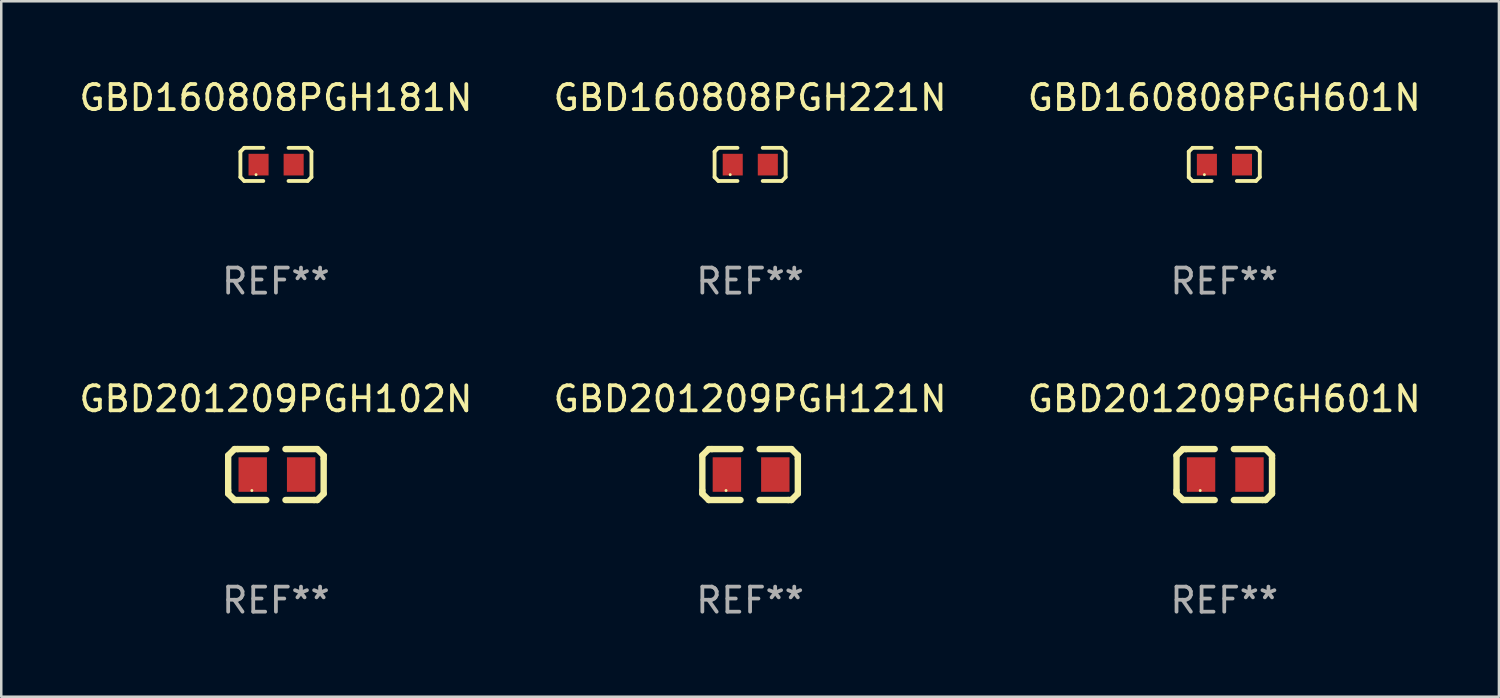
<source format=kicad_pcb>
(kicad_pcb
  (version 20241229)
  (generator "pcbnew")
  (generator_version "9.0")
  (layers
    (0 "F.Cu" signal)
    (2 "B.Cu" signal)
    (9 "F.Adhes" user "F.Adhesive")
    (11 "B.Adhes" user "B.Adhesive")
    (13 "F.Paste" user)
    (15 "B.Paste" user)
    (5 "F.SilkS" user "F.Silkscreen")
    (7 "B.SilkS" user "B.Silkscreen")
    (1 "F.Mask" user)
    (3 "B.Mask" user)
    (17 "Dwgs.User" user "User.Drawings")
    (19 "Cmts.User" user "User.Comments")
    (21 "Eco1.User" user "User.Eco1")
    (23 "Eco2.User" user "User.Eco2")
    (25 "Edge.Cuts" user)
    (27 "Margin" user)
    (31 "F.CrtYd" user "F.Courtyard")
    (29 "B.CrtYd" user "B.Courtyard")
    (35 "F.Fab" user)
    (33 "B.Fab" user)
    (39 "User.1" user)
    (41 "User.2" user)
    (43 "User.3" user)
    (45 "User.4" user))
  (footprint "GBD160808PGH221N"
    (layer "F.Cu")
    (at 26.875 3.509)
    (property "Reference" "GBD160808PGH221N" (at 0 -2.661 0) (layer "F.SilkS") (effects (font (size 1 1) (thickness 0.15))))
    (attr through_hole)
    (fp_line (start -1.417 -0.508) (end -1.265 -0.661) (stroke (width 0.152) (type solid)) (layer "F.SilkS"))
    (fp_line (start -1.417 0.508) (end -1.417 -0.508) (stroke (width 0.152) (type solid)) (layer "F.SilkS"))
    (fp_line (start -1.265 -0.661) (end -0.503 -0.661) (stroke (width 0.152) (type solid)) (layer "F.SilkS"))
    (fp_line (start -1.265 0.661) (end -1.417 0.508) (stroke (width 0.152) (type solid)) (layer "F.SilkS"))
    (fp_line (start -1.265 0.661) (end -0.503 0.661) (stroke (width 0.152) (type solid)) (layer "F.SilkS"))
    (fp_line (start 1.265 -0.661) (end 0.503 -0.661) (stroke (width 0.152) (type solid)) (layer "F.SilkS"))
    (fp_line (start 1.265 -0.661) (end 1.417 -0.508) (stroke (width 0.152) (type solid)) (layer "F.SilkS"))
    (fp_line (start 1.265 0.661) (end 0.503 0.661) (stroke (width 0.152) (type solid)) (layer "F.SilkS"))
    (fp_line (start 1.417 -0.508) (end 1.417 0.508) (stroke (width 0.152) (type solid)) (layer "F.SilkS"))
    (fp_line (start 1.417 0.508) (end 1.265 0.661) (stroke (width 0.152) (type solid)) (layer "F.SilkS"))
    (fp_circle (center -0.793 0.409) (end -0.763 0.409) (stroke (width 0.06) (type solid)) (fill no) (layer "F.SilkS"))
    (fp_text user "REF**" (at 0 4.661 0) (layer "F.Fab") (effects (font (size 1 1) (thickness 0.15))))
    (pad "1" smd rect (at -0.693 0.009 180) (size 0.8 0.864) (layers "F.Cu" "F.Mask" "F.Paste"))
    (pad "2" smd rect (at 0.707 0.009 180) (size 0.8 0.864) (layers "F.Cu" "F.Mask" "F.Paste")))
  (footprint "GBD201209PGH102N"
    (layer "F.Cu")
    (at 7.958 15.882)
    (property "Reference" "GBD201209PGH102N" (at 0 -3.016 0) (layer "F.SilkS") (effects (font (size 1 1) (thickness 0.15))))
    (attr through_hole)
    (fp_line (start -1.905 -0.762) (end -1.905 0.635) (stroke (width 0.254) (type solid)) (layer "F.SilkS"))
    (fp_line (start -1.905 0.635) (end -1.905 0.762) (stroke (width 0.254) (type solid)) (layer "F.SilkS"))
    (fp_line (start -1.905 0.762) (end -1.651 1.016) (stroke (width 0.254) (type solid)) (layer "F.SilkS"))
    (fp_line (start -1.651 -1.016) (end -1.905 -0.762) (stroke (width 0.254) (type solid)) (layer "F.SilkS"))
    (fp_line (start -1.651 1.016) (end -0.381 1.016) (stroke (width 0.254) (type solid)) (layer "F.SilkS"))
    (fp_line (start -1.524 -1.016) (end -1.651 -1.016) (stroke (width 0.254) (type solid)) (layer "F.SilkS"))
    (fp_line (start -0.381 -1.016) (end -1.524 -1.016) (stroke (width 0.254) (type solid)) (layer "F.SilkS"))
    (fp_line (start 0.381 1.016) (end 1.524 1.016) (stroke (width 0.254) (type solid)) (layer "F.SilkS"))
    (fp_line (start 1.524 1.016) (end 1.651 1.016) (stroke (width 0.254) (type solid)) (layer "F.SilkS"))
    (fp_line (start 1.651 -1.016) (end 0.381 -1.016) (stroke (width 0.254) (type solid)) (layer "F.SilkS"))
    (fp_line (start 1.651 1.016) (end 1.905 0.762) (stroke (width 0.254) (type solid)) (layer "F.SilkS"))
    (fp_line (start 1.905 -0.762) (end 1.651 -1.016) (stroke (width 0.254) (type solid)) (layer "F.SilkS"))
    (fp_line (start 1.905 -0.635) (end 1.905 -0.762) (stroke (width 0.254) (type solid)) (layer "F.SilkS"))
    (fp_line (start 1.905 0.762) (end 1.905 -0.635) (stroke (width 0.254) (type solid)) (layer "F.SilkS"))
    (fp_circle (center -0.96 0.637) (end -0.93 0.637) (stroke (width 0.06) (type solid)) (fill no) (layer "F.SilkS"))
    (fp_text user "REF**" (at 0 5.016 0) (layer "F.Fab") (effects (font (size 1 1) (thickness 0.15))))
    (pad "1" smd rect (at -0.926 -0.000051) (size 1.133 1.377) (layers "F.Cu" "F.Mask" "F.Paste"))
    (pad "2" smd rect (at 1.006 -0.000051) (size 1.133 1.377) (layers "F.Cu" "F.Mask" "F.Paste")))
  (footprint "GBD160808PGH181N"
    (layer "F.Cu")
    (at 7.958 3.509)
    (property "Reference" "GBD160808PGH181N" (at 0 -2.661 0) (layer "F.SilkS") (effects (font (size 1 1) (thickness 0.15))))
    (attr through_hole)
    (fp_line (start -1.417 -0.508) (end -1.265 -0.661) (stroke (width 0.152) (type solid)) (layer "F.SilkS"))
    (fp_line (start -1.417 0.508) (end -1.417 -0.508) (stroke (width 0.152) (type solid)) (layer "F.SilkS"))
    (fp_line (start -1.265 -0.661) (end -0.503 -0.661) (stroke (width 0.152) (type solid)) (layer "F.SilkS"))
    (fp_line (start -1.265 0.661) (end -1.417 0.508) (stroke (width 0.152) (type solid)) (layer "F.SilkS"))
    (fp_line (start -1.265 0.661) (end -0.503 0.661) (stroke (width 0.152) (type solid)) (layer "F.SilkS"))
    (fp_line (start 1.265 -0.661) (end 0.503 -0.661) (stroke (width 0.152) (type solid)) (layer "F.SilkS"))
    (fp_line (start 1.265 -0.661) (end 1.417 -0.508) (stroke (width 0.152) (type solid)) (layer "F.SilkS"))
    (fp_line (start 1.265 0.661) (end 0.503 0.661) (stroke (width 0.152) (type solid)) (layer "F.SilkS"))
    (fp_line (start 1.417 -0.508) (end 1.417 0.508) (stroke (width 0.152) (type solid)) (layer "F.SilkS"))
    (fp_line (start 1.417 0.508) (end 1.265 0.661) (stroke (width 0.152) (type solid)) (layer "F.SilkS"))
    (fp_circle (center -0.793 0.409) (end -0.763 0.409) (stroke (width 0.06) (type solid)) (fill no) (layer "F.SilkS"))
    (fp_text user "REF**" (at 0 4.661 0) (layer "F.Fab") (effects (font (size 1 1) (thickness 0.15))))
    (pad "1" smd rect (at -0.693 0.009 180) (size 0.8 0.864) (layers "F.Cu" "F.Mask" "F.Paste"))
    (pad "2" smd rect (at 0.707 0.009 180) (size 0.8 0.864) (layers "F.Cu" "F.Mask" "F.Paste")))
  (footprint "GBD201209PGH121N"
    (layer "F.Cu")
    (at 26.875 15.882)
    (property "Reference" "GBD201209PGH121N" (at 0 -3.016 0) (layer "F.SilkS") (effects (font (size 1 1) (thickness 0.15))))
    (attr through_hole)
    (fp_line (start -1.905 -0.762) (end -1.905 0.635) (stroke (width 0.254) (type solid)) (layer "F.SilkS"))
    (fp_line (start -1.905 0.635) (end -1.905 0.762) (stroke (width 0.254) (type solid)) (layer "F.SilkS"))
    (fp_line (start -1.905 0.762) (end -1.651 1.016) (stroke (width 0.254) (type solid)) (layer "F.SilkS"))
    (fp_line (start -1.651 -1.016) (end -1.905 -0.762) (stroke (width 0.254) (type solid)) (layer "F.SilkS"))
    (fp_line (start -1.651 1.016) (end -0.381 1.016) (stroke (width 0.254) (type solid)) (layer "F.SilkS"))
    (fp_line (start -1.524 -1.016) (end -1.651 -1.016) (stroke (width 0.254) (type solid)) (layer "F.SilkS"))
    (fp_line (start -0.381 -1.016) (end -1.524 -1.016) (stroke (width 0.254) (type solid)) (layer "F.SilkS"))
    (fp_line (start 0.381 1.016) (end 1.524 1.016) (stroke (width 0.254) (type solid)) (layer "F.SilkS"))
    (fp_line (start 1.524 1.016) (end 1.651 1.016) (stroke (width 0.254) (type solid)) (layer "F.SilkS"))
    (fp_line (start 1.651 -1.016) (end 0.381 -1.016) (stroke (width 0.254) (type solid)) (layer "F.SilkS"))
    (fp_line (start 1.651 1.016) (end 1.905 0.762) (stroke (width 0.254) (type solid)) (layer "F.SilkS"))
    (fp_line (start 1.905 -0.762) (end 1.651 -1.016) (stroke (width 0.254) (type solid)) (layer "F.SilkS"))
    (fp_line (start 1.905 -0.635) (end 1.905 -0.762) (stroke (width 0.254) (type solid)) (layer "F.SilkS"))
    (fp_line (start 1.905 0.762) (end 1.905 -0.635) (stroke (width 0.254) (type solid)) (layer "F.SilkS"))
    (fp_circle (center -0.96 0.637) (end -0.93 0.637) (stroke (width 0.06) (type solid)) (fill no) (layer "F.SilkS"))
    (fp_text user "REF**" (at 0 5.016 0) (layer "F.Fab") (effects (font (size 1 1) (thickness 0.15))))
    (pad "1" smd rect (at -0.926 -0.000051) (size 1.133 1.377) (layers "F.Cu" "F.Mask" "F.Paste"))
    (pad "2" smd rect (at 1.006 -0.000051) (size 1.133 1.377) (layers "F.Cu" "F.Mask" "F.Paste")))
  (footprint "GBD201209PGH601N"
    (layer "F.Cu")
    (at 45.792 15.882)
    (property "Reference" "GBD201209PGH601N" (at 0 -3.016 0) (layer "F.SilkS") (effects (font (size 1 1) (thickness 0.15))))
    (attr through_hole)
    (fp_line (start -1.905 -0.762) (end -1.905 0.635) (stroke (width 0.254) (type solid)) (layer "F.SilkS"))
    (fp_line (start -1.905 0.635) (end -1.905 0.762) (stroke (width 0.254) (type solid)) (layer "F.SilkS"))
    (fp_line (start -1.905 0.762) (end -1.651 1.016) (stroke (width 0.254) (type solid)) (layer "F.SilkS"))
    (fp_line (start -1.651 -1.016) (end -1.905 -0.762) (stroke (width 0.254) (type solid)) (layer "F.SilkS"))
    (fp_line (start -1.651 1.016) (end -0.381 1.016) (stroke (width 0.254) (type solid)) (layer "F.SilkS"))
    (fp_line (start -1.524 -1.016) (end -1.651 -1.016) (stroke (width 0.254) (type solid)) (layer "F.SilkS"))
    (fp_line (start -0.381 -1.016) (end -1.524 -1.016) (stroke (width 0.254) (type solid)) (layer "F.SilkS"))
    (fp_line (start 0.381 1.016) (end 1.524 1.016) (stroke (width 0.254) (type solid)) (layer "F.SilkS"))
    (fp_line (start 1.524 1.016) (end 1.651 1.016) (stroke (width 0.254) (type solid)) (layer "F.SilkS"))
    (fp_line (start 1.651 -1.016) (end 0.381 -1.016) (stroke (width 0.254) (type solid)) (layer "F.SilkS"))
    (fp_line (start 1.651 1.016) (end 1.905 0.762) (stroke (width 0.254) (type solid)) (layer "F.SilkS"))
    (fp_line (start 1.905 -0.762) (end 1.651 -1.016) (stroke (width 0.254) (type solid)) (layer "F.SilkS"))
    (fp_line (start 1.905 -0.635) (end 1.905 -0.762) (stroke (width 0.254) (type solid)) (layer "F.SilkS"))
    (fp_line (start 1.905 0.762) (end 1.905 -0.635) (stroke (width 0.254) (type solid)) (layer "F.SilkS"))
    (fp_circle (center -0.96 0.637) (end -0.93 0.637) (stroke (width 0.06) (type solid)) (fill no) (layer "F.SilkS"))
    (fp_text user "REF**" (at 0 5.016 0) (layer "F.Fab") (effects (font (size 1 1) (thickness 0.15))))
    (pad "1" smd rect (at -0.926 -0.000051) (size 1.133 1.377) (layers "F.Cu" "F.Mask" "F.Paste"))
    (pad "2" smd rect (at 1.006 -0.000051) (size 1.133 1.377) (layers "F.Cu" "F.Mask" "F.Paste")))
  (footprint "GBD160808PGH601N"
    (layer "F.Cu")
    (at 45.792 3.509)
    (property "Reference" "GBD160808PGH601N" (at 0 -2.661 0) (layer "F.SilkS") (effects (font (size 1 1) (thickness 0.15))))
    (attr through_hole)
    (fp_line (start -1.417 -0.508) (end -1.265 -0.661) (stroke (width 0.152) (type solid)) (layer "F.SilkS"))
    (fp_line (start -1.417 0.508) (end -1.417 -0.508) (stroke (width 0.152) (type solid)) (layer "F.SilkS"))
    (fp_line (start -1.265 -0.661) (end -0.503 -0.661) (stroke (width 0.152) (type solid)) (layer "F.SilkS"))
    (fp_line (start -1.265 0.661) (end -1.417 0.508) (stroke (width 0.152) (type solid)) (layer "F.SilkS"))
    (fp_line (start -1.265 0.661) (end -0.503 0.661) (stroke (width 0.152) (type solid)) (layer "F.SilkS"))
    (fp_line (start 1.265 -0.661) (end 0.503 -0.661) (stroke (width 0.152) (type solid)) (layer "F.SilkS"))
    (fp_line (start 1.265 -0.661) (end 1.417 -0.508) (stroke (width 0.152) (type solid)) (layer "F.SilkS"))
    (fp_line (start 1.265 0.661) (end 0.503 0.661) (stroke (width 0.152) (type solid)) (layer "F.SilkS"))
    (fp_line (start 1.417 -0.508) (end 1.417 0.508) (stroke (width 0.152) (type solid)) (layer "F.SilkS"))
    (fp_line (start 1.417 0.508) (end 1.265 0.661) (stroke (width 0.152) (type solid)) (layer "F.SilkS"))
    (fp_circle (center -0.793 0.409) (end -0.763 0.409) (stroke (width 0.06) (type solid)) (fill no) (layer "F.SilkS"))
    (fp_text user "REF**" (at 0 4.661 0) (layer "F.Fab") (effects (font (size 1 1) (thickness 0.15))))
    (pad "1" smd rect (at -0.693 0.009 180) (size 0.8 0.864) (layers "F.Cu" "F.Mask" "F.Paste"))
    (pad "2" smd rect (at 0.707 0.009 180) (size 0.8 0.864) (layers "F.Cu" "F.Mask" "F.Paste")))
  (gr_rect
    (start -3 -3)
    (end 56.75 24.746)
    (stroke (width 0.1) (type default))
    (fill no)
    (layer "Edge.Cuts")))
</source>
